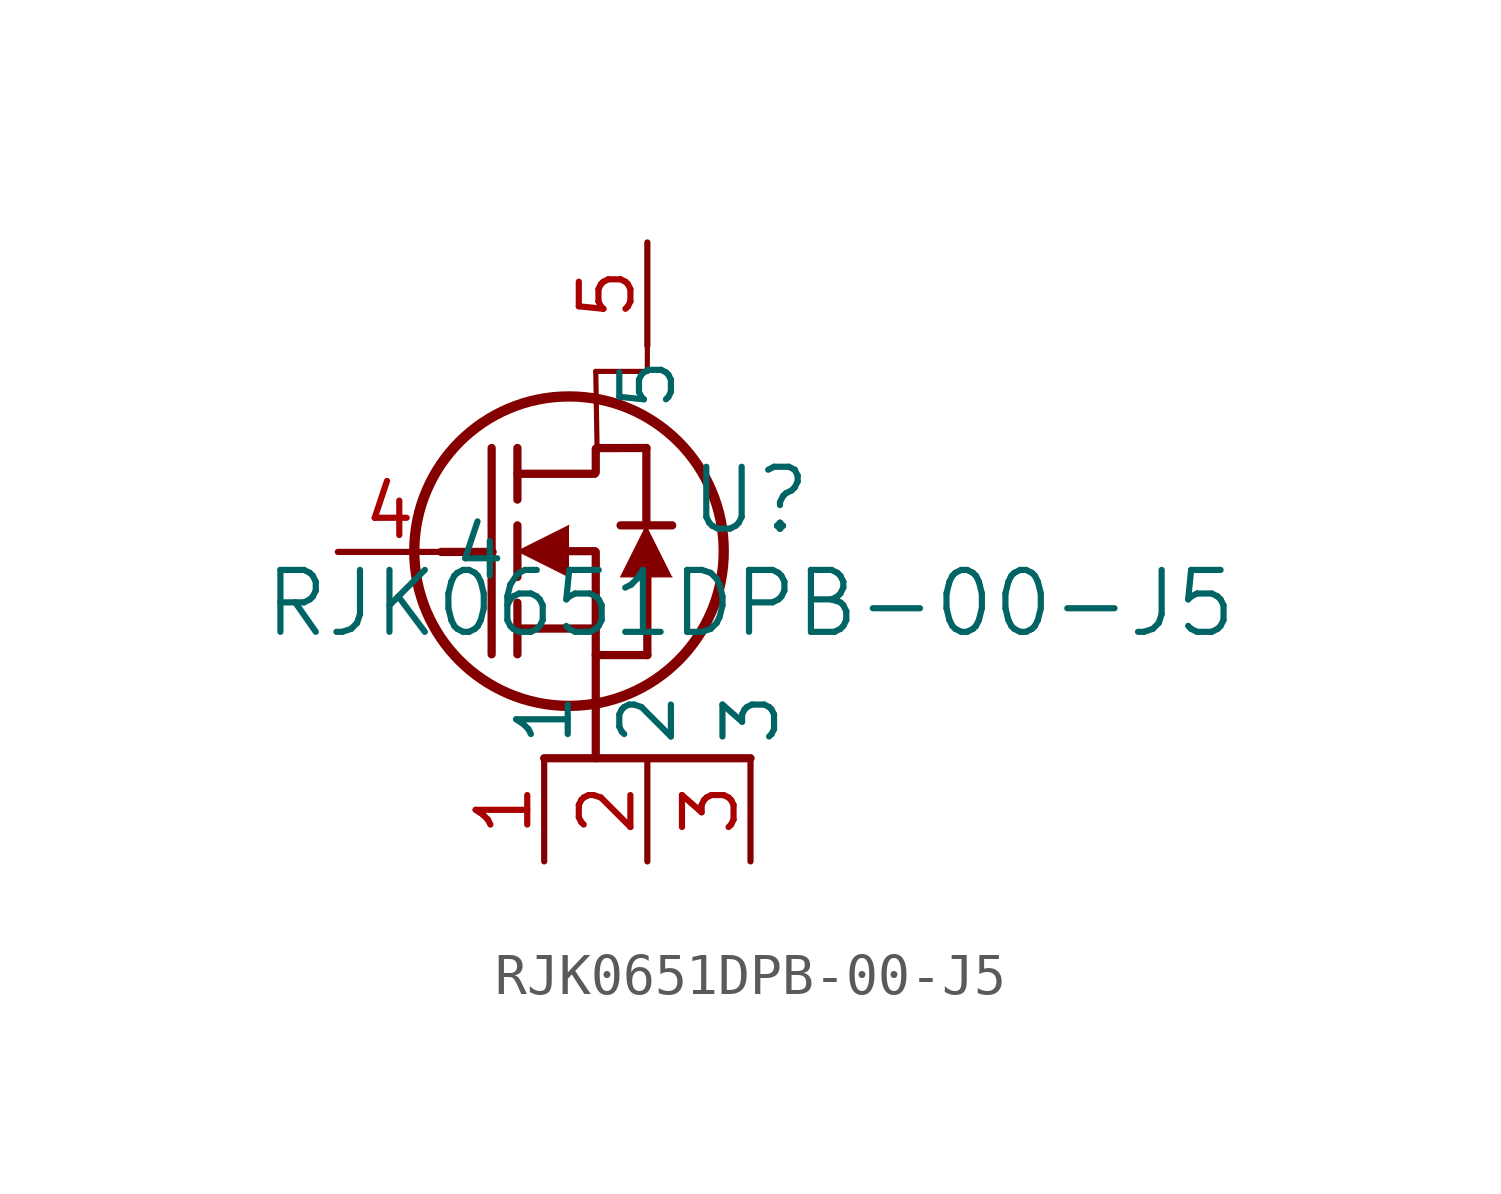
<source format=kicad_sym>
(kicad_symbol_lib
  (version 20211014)
  (generator kicad_symbol_editor)
  (symbol "RJK0651DPB-00-J5"
    (pin_names
      (offset 0.254))
    (property "Reference" "U"
      (at 10.16 1.27 0)
      (effects (font (size 1.524 1.524))))
    (property "Value" "RJK0651DPB-00-J5"
      (at 10.16 -1.27 0)
      (effects (font (size 1.524 1.524))))
    (symbol "RJK0651DPB-00-J5_0_1"
      (circle (center 5.691 0.019) (radius 3.81) (stroke (width 0.254) (type default) (color 0 0 0 0)) (fill (type none)))
      (polyline (pts (xy 2.54 0) (xy 3.81 0)) (stroke (width 0.203) (type default) (color 0 0 0 0)) (fill (type none)))
      (polyline (pts (xy 3.786 -2.521) (xy 3.786 2.559)) (stroke (width 0.203) (type default) (color 0 0 0 0)) (fill (type none)))
      (polyline (pts (xy 4.421 -0.616) (xy 4.421 0.654)) (stroke (width 0.203) (type default) (color 0 0 0 0)) (fill (type none)))
      (polyline (pts (xy 4.421 -2.521) (xy 4.421 -1.251)) (stroke (width 0.203) (type default) (color 0 0 0 0)) (fill (type none)))
      (polyline (pts (xy 4.421 1.289) (xy 4.421 2.559)) (stroke (width 0.203) (type default) (color 0 0 0 0)) (fill (type none)))
      (polyline (pts (xy 5.691 0.019) (xy 6.326 0.019)) (stroke (width 0.203) (type default) (color 0 0 0 0)) (fill (type none)))
      (polyline (pts (xy 4.421 -1.886) (xy 6.326 -1.886)) (stroke (width 0.203) (type default) (color 0 0 0 0)) (fill (type none)))
      (polyline (pts (xy 6.35 -5.08) (xy 6.35 0)) (stroke (width 0.203) (type default) (color 0 0 0 0)) (fill (type none)))
      (polyline (pts (xy 5.08 -5.08) (xy 10.16 -5.08)) (stroke (width 0.203) (type default) (color 0 0 0 0)) (fill (type none)))
      (polyline (pts (xy 4.421 1.924) (xy 6.326 1.924)) (stroke (width 0.203) (type default) (color 0 0 0 0)) (fill (type none)))
      (polyline (pts (xy 7.596 0.654) (xy 7.596 2.559)) (stroke (width 0.203) (type default) (color 0 0 0 0)) (fill (type none)))
      (polyline (pts (xy 7.62 -2.54) (xy 7.62 0)) (stroke (width 0.203) (type default) (color 0 0 0 0)) (fill (type none)))
      (polyline (pts (xy 8.231 0.654) (xy 6.961 0.654)) (stroke (width 0.203) (type default) (color 0 0 0 0)) (fill (type none)))
      (polyline (pts (xy 6.382 2.557) (xy 7.596 2.559)) (stroke (width 0.203) (type default) (color 0 0 0 0)) (fill (type none)))
      (polyline (pts (xy 6.35 1.96) (xy 6.35 2.54)) (stroke (width 0.203) (type default) (color 0 0 0 0)) (fill (type none)))
      (polyline (pts (xy 5.691 0.654) (xy 4.421 0.019) (xy 5.691 -0.616)) (stroke (width 0.025) (type default) (color 0 0 0 0)) (fill (type outline)))
      (polyline (pts (xy 8.231 -0.616) (xy 6.961 -0.616) (xy 7.596 0.654)) (stroke (width 0.025) (type default) (color 0 0 0 0)) (fill (type outline)))
      (polyline (pts (xy 6.35 -2.54) (xy 7.62 -2.54)) (stroke (width 0.203) (type default) (color 0 0 0 0)) (fill (type none)))
      (polyline (pts (xy 7.62 5.08) (xy 7.62 4.445)) (stroke (width 0.127) (type default) (color 0 0 0 0)) (fill (type none)))
      (polyline (pts (xy 7.62 4.445) (xy 6.35 4.445)) (stroke (width 0.127) (type default) (color 0 0 0 0)) (fill (type none)))
      (polyline (pts (xy 6.35 4.445) (xy 6.382 2.557)) (stroke (width 0.127) (type default) (color 0 0 0 0)) (fill (type none)))
      (pin unspecified line (at 5.08 -7.62 90) (length 2.54) (name "1" (effects (font (size 1.27 1.27)))) (number "1" (effects (font (size 1.27 1.27)))))
      (pin unspecified line (at 7.62 -7.62 90) (length 2.54) (name "2" (effects (font (size 1.27 1.27)))) (number "2" (effects (font (size 1.27 1.27)))))
      (pin unspecified line (at 10.16 -7.62 90) (length 2.54) (name "3" (effects (font (size 1.27 1.27)))) (number "3" (effects (font (size 1.27 1.27)))))
      (pin unspecified line (at 0 0 0) (length 2.54) (name "4" (effects (font (size 1.27 1.27)))) (number "4" (effects (font (size 1.27 1.27)))))
      (pin unspecified line (at 7.62 7.62 270) (length 2.54) (name "5" (effects (font (size 1.27 1.27)))) (number "5" (effects (font (size 1.27 1.27))))))))
</source>
